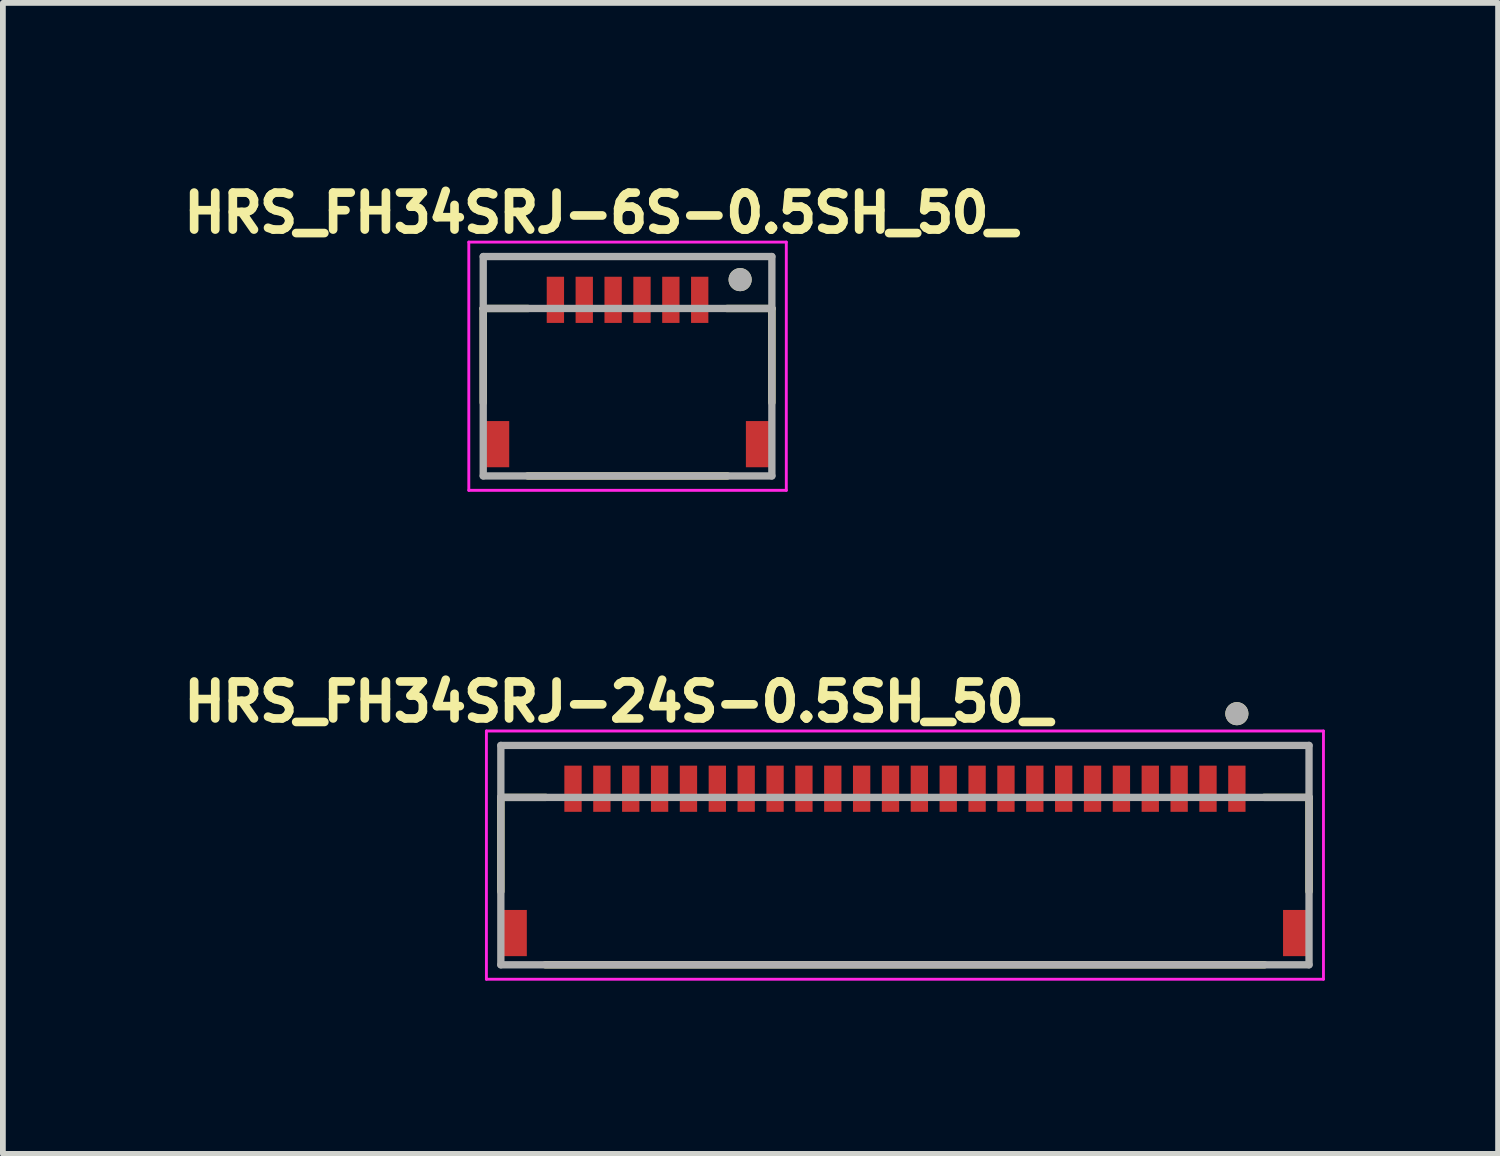
<source format=kicad_pcb>
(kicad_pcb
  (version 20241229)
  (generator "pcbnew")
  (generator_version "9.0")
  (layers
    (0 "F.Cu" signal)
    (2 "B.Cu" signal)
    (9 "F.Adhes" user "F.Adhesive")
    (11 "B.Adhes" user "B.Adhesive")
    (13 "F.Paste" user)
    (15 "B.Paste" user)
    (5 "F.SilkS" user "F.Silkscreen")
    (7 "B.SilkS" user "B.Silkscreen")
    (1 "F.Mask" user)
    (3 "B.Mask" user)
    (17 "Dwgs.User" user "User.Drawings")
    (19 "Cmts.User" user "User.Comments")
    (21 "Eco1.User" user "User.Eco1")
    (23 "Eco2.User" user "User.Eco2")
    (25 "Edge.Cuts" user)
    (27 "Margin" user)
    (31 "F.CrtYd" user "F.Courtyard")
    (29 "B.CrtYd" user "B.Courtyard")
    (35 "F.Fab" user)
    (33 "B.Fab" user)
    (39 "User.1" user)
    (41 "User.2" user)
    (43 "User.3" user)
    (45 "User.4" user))
  (footprint "HRS_FH34SRJ-6S-0.5SH_50_"
    (layer "F.Cu")
    (at 7.821 3.394)
    (property "Reference" "HRS_FH34SRJ-6S-0.5SH_50_" (at -0.468 -2.756 0) (layer "F.SilkS") (effects (font (size 0.64 0.64) (thickness 0.15))))
    (attr smd)
    (fp_line (start -2.5 -1.1) (end -2.5 0.53) (stroke (width 0.127) (type solid)) (layer "F.SilkS"))
    (fp_line (start -1.73 1.8) (end 1.73 1.8) (stroke (width 0.127) (type solid)) (layer "F.SilkS"))
    (fp_line (start -1.72 -1.1) (end -2.5 -1.1) (stroke (width 0.127) (type solid)) (layer "F.SilkS"))
    (fp_line (start 1.72 -1.1) (end 2.5 -1.1) (stroke (width 0.127) (type solid)) (layer "F.SilkS"))
    (fp_line (start 2.5 -1.1) (end 2.5 0.53) (stroke (width 0.127) (type solid)) (layer "F.SilkS"))
    (fp_circle (center 1.95 -1.6) (end 2.05 -1.6) (stroke (width 0.2) (type solid)) (fill no) (layer "F.SilkS"))
    (fp_poly (pts (xy -1.375 -1.65) (xy -1.125 -1.65) (xy -1.125 -1) (xy -1.375 -1)) (stroke (width 0.01) (type solid)) (fill yes) (layer "F.Paste"))
    (fp_poly (pts (xy -0.875 -1.65) (xy -0.625 -1.65) (xy -0.625 -1) (xy -0.875 -1)) (stroke (width 0.01) (type solid)) (fill yes) (layer "F.Paste"))
    (fp_poly (pts (xy -0.375 -1.65) (xy -0.125 -1.65) (xy -0.125 -1) (xy -0.375 -1)) (stroke (width 0.01) (type solid)) (fill yes) (layer "F.Paste"))
    (fp_poly (pts (xy 0.125 -1.65) (xy 0.375 -1.65) (xy 0.375 -1) (xy 0.125 -1)) (stroke (width 0.01) (type solid)) (fill yes) (layer "F.Paste"))
    (fp_poly (pts (xy 0.625 -1.65) (xy 0.875 -1.65) (xy 0.875 -1) (xy 0.625 -1)) (stroke (width 0.01) (type solid)) (fill yes) (layer "F.Paste"))
    (fp_poly (pts (xy 1.125 -1.65) (xy 1.375 -1.65) (xy 1.375 -1) (xy 1.125 -1)) (stroke (width 0.01) (type solid)) (fill yes) (layer "F.Paste"))
    (fp_line (start -2.75 -2.25) (end -2.75 2.05) (stroke (width 0.05) (type solid)) (layer "F.CrtYd"))
    (fp_line (start -2.75 2.05) (end 2.75 2.05) (stroke (width 0.05) (type solid)) (layer "F.CrtYd"))
    (fp_line (start 2.75 -2.25) (end -2.75 -2.25) (stroke (width 0.05) (type solid)) (layer "F.CrtYd"))
    (fp_line (start 2.75 2.05) (end 2.75 -2.25) (stroke (width 0.05) (type solid)) (layer "F.CrtYd"))
    (fp_line (start -2.5 -2) (end 2.5 -2) (stroke (width 0.127) (type solid)) (layer "F.Fab"))
    (fp_line (start -2.5 -1.1) (end -2.5 -2) (stroke (width 0.127) (type solid)) (layer "F.Fab"))
    (fp_line (start -2.5 -1.1) (end 2.5 -1.1) (stroke (width 0.127) (type solid)) (layer "F.Fab"))
    (fp_line (start -2.5 1.8) (end -2.5 -1.1) (stroke (width 0.127) (type solid)) (layer "F.Fab"))
    (fp_line (start 2.5 -2) (end 2.5 -1.1) (stroke (width 0.127) (type solid)) (layer "F.Fab"))
    (fp_line (start 2.5 -1.1) (end 2.5 1.8) (stroke (width 0.127) (type solid)) (layer "F.Fab"))
    (fp_line (start 2.5 1.8) (end -2.5 1.8) (stroke (width 0.127) (type solid)) (layer "F.Fab"))
    (fp_circle (center 1.95 -1.6) (end 2.05 -1.6) (stroke (width 0.2) (type solid)) (fill no) (layer "F.Fab"))
    (pad "1" smd rect (at 1.25 -1.25) (size 0.3 0.8) (layers "F.Cu" "F.Mask"))
    (pad "2" smd rect (at 0.75 -1.25) (size 0.3 0.8) (layers "F.Cu" "F.Mask"))
    (pad "3" smd rect (at 0.25 -1.25) (size 0.3 0.8) (layers "F.Cu" "F.Mask"))
    (pad "4" smd rect (at -0.25 -1.25) (size 0.3 0.8) (layers "F.Cu" "F.Mask"))
    (pad "5" smd rect (at -0.75 -1.25) (size 0.3 0.8) (layers "F.Cu" "F.Mask"))
    (pad "6" smd rect (at -1.25 -1.25) (size 0.3 0.8) (layers "F.Cu" "F.Mask"))
    (pad "S1" smd rect (at 2.25 1.25) (size 0.4 0.8) (layers "F.Cu" "F.Mask" "F.Paste"))
    (pad "S2" smd rect (at -2.25 1.25) (size 0.4 0.8) (layers "F.Cu" "F.Mask" "F.Paste")))
  (footprint "HRS_FH34SRJ-24S-0.5SH_50_"
    (layer "F.Cu")
    (at 12.626 11.863)
    (property "Reference" "HRS_FH34SRJ-24S-0.5SH_50_" (at -4.968 -2.756 0) (layer "F.SilkS") (effects (font (size 0.64 0.64) (thickness 0.15))))
    (attr smd)
    (fp_line (start -7 -1.1) (end -7 0.53) (stroke (width 0.127) (type solid)) (layer "F.SilkS"))
    (fp_line (start -6.23 1.8) (end 6.23 1.8) (stroke (width 0.127) (type solid)) (layer "F.SilkS"))
    (fp_line (start -6.22 -1.1) (end -7 -1.1) (stroke (width 0.127) (type solid)) (layer "F.SilkS"))
    (fp_line (start 6.22 -1.1) (end 7 -1.1) (stroke (width 0.127) (type solid)) (layer "F.SilkS"))
    (fp_line (start 7 -1.1) (end 7 0.53) (stroke (width 0.127) (type solid)) (layer "F.SilkS"))
    (fp_circle (center 5.75 -2.55) (end 5.85 -2.55) (stroke (width 0.2) (type solid)) (fill no) (layer "F.SilkS"))
    (fp_poly (pts (xy -5.875 -1.65) (xy -5.625 -1.65) (xy -5.625 -1) (xy -5.875 -1)) (stroke (width 0.01) (type solid)) (fill yes) (layer "F.Paste"))
    (fp_poly (pts (xy -5.375 -1.65) (xy -5.125 -1.65) (xy -5.125 -1) (xy -5.375 -1)) (stroke (width 0.01) (type solid)) (fill yes) (layer "F.Paste"))
    (fp_poly (pts (xy -4.875 -1.65) (xy -4.625 -1.65) (xy -4.625 -1) (xy -4.875 -1)) (stroke (width 0.01) (type solid)) (fill yes) (layer "F.Paste"))
    (fp_poly (pts (xy -4.375 -1.65) (xy -4.125 -1.65) (xy -4.125 -1) (xy -4.375 -1)) (stroke (width 0.01) (type solid)) (fill yes) (layer "F.Paste"))
    (fp_poly (pts (xy -3.875 -1.65) (xy -3.625 -1.65) (xy -3.625 -1) (xy -3.875 -1)) (stroke (width 0.01) (type solid)) (fill yes) (layer "F.Paste"))
    (fp_poly (pts (xy -3.375 -1.65) (xy -3.125 -1.65) (xy -3.125 -1) (xy -3.375 -1)) (stroke (width 0.01) (type solid)) (fill yes) (layer "F.Paste"))
    (fp_poly (pts (xy -2.875 -1.65) (xy -2.625 -1.65) (xy -2.625 -1) (xy -2.875 -1)) (stroke (width 0.01) (type solid)) (fill yes) (layer "F.Paste"))
    (fp_poly (pts (xy -2.375 -1.65) (xy -2.125 -1.65) (xy -2.125 -1) (xy -2.375 -1)) (stroke (width 0.01) (type solid)) (fill yes) (layer "F.Paste"))
    (fp_poly (pts (xy -1.875 -1.65) (xy -1.625 -1.65) (xy -1.625 -1) (xy -1.875 -1)) (stroke (width 0.01) (type solid)) (fill yes) (layer "F.Paste"))
    (fp_poly (pts (xy -1.375 -1.65) (xy -1.125 -1.65) (xy -1.125 -1) (xy -1.375 -1)) (stroke (width 0.01) (type solid)) (fill yes) (layer "F.Paste"))
    (fp_poly (pts (xy -0.875 -1.65) (xy -0.625 -1.65) (xy -0.625 -1) (xy -0.875 -1)) (stroke (width 0.01) (type solid)) (fill yes) (layer "F.Paste"))
    (fp_poly (pts (xy -0.375 -1.65) (xy -0.125 -1.65) (xy -0.125 -1) (xy -0.375 -1)) (stroke (width 0.01) (type solid)) (fill yes) (layer "F.Paste"))
    (fp_poly (pts (xy 0.125 -1.65) (xy 0.375 -1.65) (xy 0.375 -1) (xy 0.125 -1)) (stroke (width 0.01) (type solid)) (fill yes) (layer "F.Paste"))
    (fp_poly (pts (xy 0.625 -1.65) (xy 0.875 -1.65) (xy 0.875 -1) (xy 0.625 -1)) (stroke (width 0.01) (type solid)) (fill yes) (layer "F.Paste"))
    (fp_poly (pts (xy 1.125 -1.65) (xy 1.375 -1.65) (xy 1.375 -1) (xy 1.125 -1)) (stroke (width 0.01) (type solid)) (fill yes) (layer "F.Paste"))
    (fp_poly (pts (xy 1.625 -1.65) (xy 1.875 -1.65) (xy 1.875 -1) (xy 1.625 -1)) (stroke (width 0.01) (type solid)) (fill yes) (layer "F.Paste"))
    (fp_poly (pts (xy 2.125 -1.65) (xy 2.375 -1.65) (xy 2.375 -1) (xy 2.125 -1)) (stroke (width 0.01) (type solid)) (fill yes) (layer "F.Paste"))
    (fp_poly (pts (xy 2.625 -1.65) (xy 2.875 -1.65) (xy 2.875 -1) (xy 2.625 -1)) (stroke (width 0.01) (type solid)) (fill yes) (layer "F.Paste"))
    (fp_poly (pts (xy 3.125 -1.65) (xy 3.375 -1.65) (xy 3.375 -1) (xy 3.125 -1)) (stroke (width 0.01) (type solid)) (fill yes) (layer "F.Paste"))
    (fp_poly (pts (xy 3.625 -1.65) (xy 3.875 -1.65) (xy 3.875 -1) (xy 3.625 -1)) (stroke (width 0.01) (type solid)) (fill yes) (layer "F.Paste"))
    (fp_poly (pts (xy 4.125 -1.65) (xy 4.375 -1.65) (xy 4.375 -1) (xy 4.125 -1)) (stroke (width 0.01) (type solid)) (fill yes) (layer "F.Paste"))
    (fp_poly (pts (xy 4.625 -1.65) (xy 4.875 -1.65) (xy 4.875 -1) (xy 4.625 -1)) (stroke (width 0.01) (type solid)) (fill yes) (layer "F.Paste"))
    (fp_poly (pts (xy 5.125 -1.65) (xy 5.375 -1.65) (xy 5.375 -1) (xy 5.125 -1)) (stroke (width 0.01) (type solid)) (fill yes) (layer "F.Paste"))
    (fp_poly (pts (xy 5.625 -1.65) (xy 5.875 -1.65) (xy 5.875 -1) (xy 5.625 -1)) (stroke (width 0.01) (type solid)) (fill yes) (layer "F.Paste"))
    (fp_line (start -7.25 -2.25) (end -7.25 2.05) (stroke (width 0.05) (type solid)) (layer "F.CrtYd"))
    (fp_line (start -7.25 2.05) (end 7.25 2.05) (stroke (width 0.05) (type solid)) (layer "F.CrtYd"))
    (fp_line (start 7.25 -2.25) (end -7.25 -2.25) (stroke (width 0.05) (type solid)) (layer "F.CrtYd"))
    (fp_line (start 7.25 2.05) (end 7.25 -2.25) (stroke (width 0.05) (type solid)) (layer "F.CrtYd"))
    (fp_line (start -7 -2) (end 7 -2) (stroke (width 0.127) (type solid)) (layer "F.Fab"))
    (fp_line (start -7 -1.1) (end -7 -2) (stroke (width 0.127) (type solid)) (layer "F.Fab"))
    (fp_line (start -7 -1.1) (end 7 -1.1) (stroke (width 0.127) (type solid)) (layer "F.Fab"))
    (fp_line (start -7 1.8) (end -7 -1.1) (stroke (width 0.127) (type solid)) (layer "F.Fab"))
    (fp_line (start 7 -2) (end 7 -1.1) (stroke (width 0.127) (type solid)) (layer "F.Fab"))
    (fp_line (start 7 -1.1) (end 7 1.8) (stroke (width 0.127) (type solid)) (layer "F.Fab"))
    (fp_line (start 7 1.8) (end -7 1.8) (stroke (width 0.127) (type solid)) (layer "F.Fab"))
    (fp_circle (center 5.75 -2.55) (end 5.85 -2.55) (stroke (width 0.2) (type solid)) (fill no) (layer "F.Fab"))
    (pad "1" smd rect (at 5.75 -1.25) (size 0.3 0.8) (layers "F.Cu" "F.Mask"))
    (pad "2" smd rect (at 5.25 -1.25) (size 0.3 0.8) (layers "F.Cu" "F.Mask"))
    (pad "3" smd rect (at 4.75 -1.25) (size 0.3 0.8) (layers "F.Cu" "F.Mask"))
    (pad "4" smd rect (at 4.25 -1.25) (size 0.3 0.8) (layers "F.Cu" "F.Mask"))
    (pad "5" smd rect (at 3.75 -1.25) (size 0.3 0.8) (layers "F.Cu" "F.Mask"))
    (pad "6" smd rect (at 3.25 -1.25) (size 0.3 0.8) (layers "F.Cu" "F.Mask"))
    (pad "7" smd rect (at 2.75 -1.25) (size 0.3 0.8) (layers "F.Cu" "F.Mask"))
    (pad "8" smd rect (at 2.25 -1.25) (size 0.3 0.8) (layers "F.Cu" "F.Mask"))
    (pad "9" smd rect (at 1.75 -1.25) (size 0.3 0.8) (layers "F.Cu" "F.Mask"))
    (pad "10" smd rect (at 1.25 -1.25) (size 0.3 0.8) (layers "F.Cu" "F.Mask"))
    (pad "11" smd rect (at 0.75 -1.25) (size 0.3 0.8) (layers "F.Cu" "F.Mask"))
    (pad "12" smd rect (at 0.25 -1.25) (size 0.3 0.8) (layers "F.Cu" "F.Mask"))
    (pad "13" smd rect (at -0.25 -1.25) (size 0.3 0.8) (layers "F.Cu" "F.Mask"))
    (pad "14" smd rect (at -0.75 -1.25) (size 0.3 0.8) (layers "F.Cu" "F.Mask"))
    (pad "15" smd rect (at -1.25 -1.25) (size 0.3 0.8) (layers "F.Cu" "F.Mask"))
    (pad "16" smd rect (at -1.75 -1.25) (size 0.3 0.8) (layers "F.Cu" "F.Mask"))
    (pad "17" smd rect (at -2.25 -1.25) (size 0.3 0.8) (layers "F.Cu" "F.Mask"))
    (pad "18" smd rect (at -2.75 -1.25) (size 0.3 0.8) (layers "F.Cu" "F.Mask"))
    (pad "19" smd rect (at -3.25 -1.25) (size 0.3 0.8) (layers "F.Cu" "F.Mask"))
    (pad "20" smd rect (at -3.75 -1.25) (size 0.3 0.8) (layers "F.Cu" "F.Mask"))
    (pad "21" smd rect (at -4.25 -1.25) (size 0.3 0.8) (layers "F.Cu" "F.Mask"))
    (pad "22" smd rect (at -4.75 -1.25) (size 0.3 0.8) (layers "F.Cu" "F.Mask"))
    (pad "23" smd rect (at -5.25 -1.25) (size 0.3 0.8) (layers "F.Cu" "F.Mask"))
    (pad "24" smd rect (at -5.75 -1.25) (size 0.3 0.8) (layers "F.Cu" "F.Mask"))
    (pad "S1" smd rect (at 6.75 1.25) (size 0.4 0.8) (layers "F.Cu" "F.Mask" "F.Paste"))
    (pad "S2" smd rect (at -6.75 1.25) (size 0.4 0.8) (layers "F.Cu" "F.Mask" "F.Paste")))
  (gr_rect
    (start -3 -3)
    (end 22.901 16.938)
    (stroke (width 0.1) (type default))
    (fill no)
    (layer "Edge.Cuts")))
</source>
